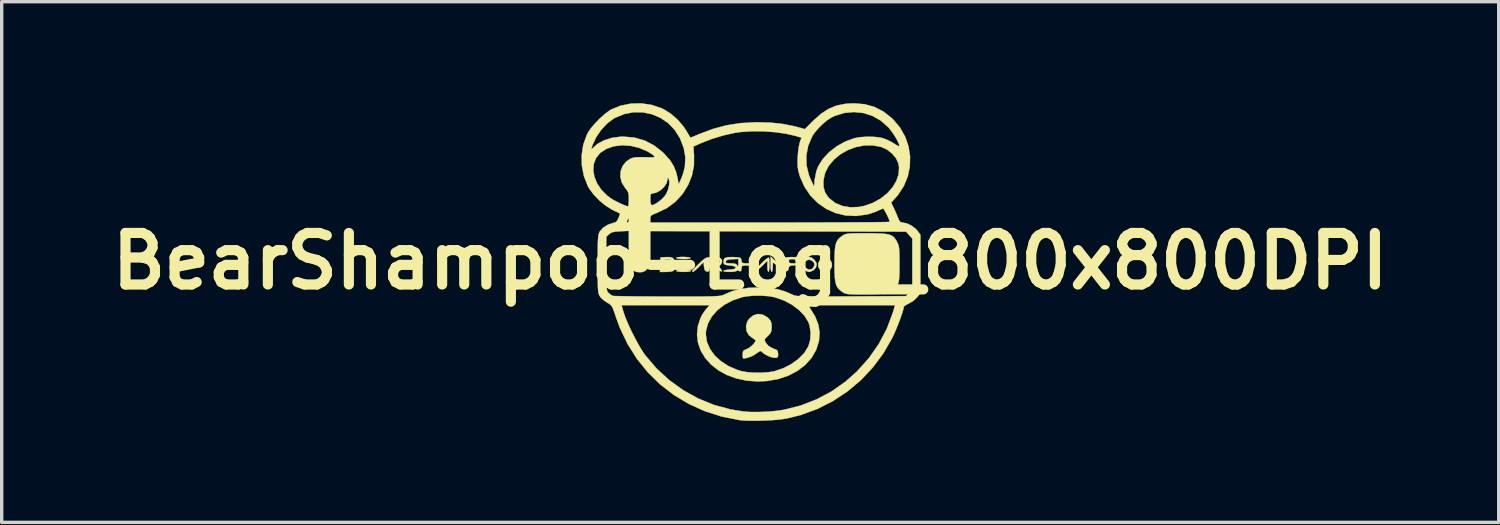
<source format=kicad_pcb>
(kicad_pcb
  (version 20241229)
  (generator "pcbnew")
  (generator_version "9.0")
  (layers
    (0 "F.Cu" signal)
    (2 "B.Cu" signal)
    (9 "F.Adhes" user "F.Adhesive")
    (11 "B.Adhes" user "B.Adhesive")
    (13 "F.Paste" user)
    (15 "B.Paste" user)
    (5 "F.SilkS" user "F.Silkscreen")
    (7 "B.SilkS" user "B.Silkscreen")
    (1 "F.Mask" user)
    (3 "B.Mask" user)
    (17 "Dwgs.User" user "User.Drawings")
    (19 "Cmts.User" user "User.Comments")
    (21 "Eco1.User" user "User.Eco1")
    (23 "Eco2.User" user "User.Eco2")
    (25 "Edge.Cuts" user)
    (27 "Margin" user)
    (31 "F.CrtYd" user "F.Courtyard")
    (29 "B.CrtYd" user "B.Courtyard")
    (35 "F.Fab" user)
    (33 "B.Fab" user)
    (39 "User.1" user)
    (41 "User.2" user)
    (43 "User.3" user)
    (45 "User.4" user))
  (footprint "BearShampoo-Logo_800x800DPI"
    (layer "F.Cu")
    (at 19.13 4.672)
    (property "Reference" "BearShampoo-Logo_800x800DPI" (at 0 0 0) (layer "F.SilkS") (effects (font (size 1.524 1.524) (thickness 0.3))))
    (attr through_hole)
    (fp_poly (pts (xy -1.878 -0.122) (xy -1.797 -0.11) (xy -1.762 -0.095) (xy -1.78 -0.078) (xy -1.856 -0.067) (xy -1.967 -0.064) (xy -2.081 -0.068) (xy -2.161 -0.079) (xy -2.191 -0.095) (xy -2.191 -0.095) (xy -2.162 -0.112) (xy -2.085 -0.123) (xy -1.986 -0.127) (xy -1.878 -0.122)) (stroke (width 0.01) (type solid)) (fill yes) (layer "F.SilkS"))
    (fp_poly (pts (xy -1.878 0.068) (xy -1.797 0.08) (xy -1.762 0.095) (xy -1.78 0.113) (xy -1.856 0.124) (xy -1.967 0.127) (xy -2.081 0.123) (xy -2.161 0.112) (xy -2.191 0.095) (xy -2.191 0.095) (xy -2.162 0.079) (xy -2.085 0.067) (xy -1.986 0.064) (xy -1.878 0.068)) (stroke (width 0.01) (type solid)) (fill yes) (layer "F.SilkS"))
    (fp_poly (pts (xy -1.854 0.258) (xy -1.776 0.269) (xy -1.746 0.286) (xy -1.746 0.286) (xy -1.776 0.302) (xy -1.854 0.313) (xy -1.968 0.317) (xy -1.968 0.318) (xy -2.083 0.313) (xy -2.161 0.302) (xy -2.191 0.286) (xy -2.191 0.286) (xy -2.161 0.269) (xy -2.083 0.258) (xy -1.969 0.254) (xy -1.968 0.254) (xy -1.854 0.258)) (stroke (width 0.01) (type solid)) (fill yes) (layer "F.SilkS"))
    (fp_poly (pts (xy 0.549 -0.107) (xy 0.563 -0.064) (xy 0.57 0.016) (xy 0.571 0.115) (xy 0.566 0.211) (xy 0.556 0.285) (xy 0.541 0.317) (xy 0.54 0.318) (xy 0.522 0.289) (xy 0.51 0.215) (xy 0.508 0.152) (xy 0.508 -0.014) (xy 0.337 0.155) (xy 0.254 0.232) (xy 0.188 0.282) (xy 0.151 0.297) (xy 0.148 0.294) (xy 0.16 0.261) (xy 0.208 0.199) (xy 0.278 0.121) (xy 0.359 0.039) (xy 0.439 -0.035) (xy 0.505 -0.088) (xy 0.545 -0.108) (xy 0.549 -0.107)) (stroke (width 0.01) (type solid)) (fill yes) (layer "F.SilkS"))
    (fp_poly (pts (xy 1.825 -0.1) (xy 1.902 -0.035) (xy 1.956 0.048) (xy 1.968 0.104) (xy 1.941 0.191) (xy 1.871 0.266) (xy 1.78 0.312) (xy 1.739 0.318) (xy 1.648 0.288) (xy 1.59 0.234) (xy 1.544 0.158) (xy 1.528 0.103) (xy 1.598 0.103) (xy 1.627 0.181) (xy 1.637 0.193) (xy 1.719 0.247) (xy 1.804 0.24) (xy 1.855 0.204) (xy 1.901 0.123) (xy 1.886 0.042) (xy 1.828 -0.017) (xy 1.743 -0.045) (xy 1.668 -0.024) (xy 1.615 0.03) (xy 1.598 0.103) (xy 1.528 0.103) (xy 1.524 0.091) (xy 1.524 0.09) (xy 1.55 0.017) (xy 1.613 -0.057) (xy 1.691 -0.112) (xy 1.746 -0.127) (xy 1.825 -0.1)) (stroke (width 0.01) (type solid)) (fill yes) (layer "F.SilkS"))
    (fp_poly (pts (xy 2.282 -0.097) (xy 2.368 -0.034) (xy 2.414 0.056) (xy 2.417 0.154) (xy 2.375 0.241) (xy 2.322 0.284) (xy 2.207 0.316) (xy 2.104 0.286) (xy 2.062 0.252) (xy 2.01 0.161) (xy 2.012 0.067) (xy 2.067 0.067) (xy 2.069 0.151) (xy 2.112 0.22) (xy 2.19 0.253) (xy 2.207 0.254) (xy 2.279 0.237) (xy 2.311 0.216) (xy 2.346 0.146) (xy 2.345 0.06) (xy 2.312 -0.012) (xy 2.288 -0.031) (xy 2.209 -0.061) (xy 2.15 -0.044) (xy 2.114 -0.014) (xy 2.067 0.067) (xy 2.012 0.067) (xy 2.012 0.058) (xy 2.063 -0.038) (xy 2.101 -0.073) (xy 2.17 -0.114) (xy 2.231 -0.115) (xy 2.282 -0.097)) (stroke (width 0.01) (type solid)) (fill yes) (layer "F.SilkS"))
    (fp_poly (pts (xy -2.368 -0.12) (xy -2.285 -0.093) (xy -2.242 -0.031) (xy -2.23 0.073) (xy -2.23 0.087) (xy -2.237 0.185) (xy -2.253 0.259) (xy -2.262 0.278) (xy -2.313 0.302) (xy -2.411 0.315) (xy -2.482 0.318) (xy -2.67 0.318) (xy -2.665 0.2) (xy -2.598 0.2) (xy -2.596 0.234) (xy -2.565 0.249) (xy -2.49 0.25) (xy -2.455 0.248) (xy -2.355 0.235) (xy -2.308 0.21) (xy -2.302 0.191) (xy -2.329 0.156) (xy -2.393 0.14) (xy -2.474 0.14) (xy -2.548 0.157) (xy -2.594 0.189) (xy -2.598 0.2) (xy -2.665 0.2) (xy -2.661 0.103) (xy -2.656 0.008) (xy -2.597 0.008) (xy -2.595 0.041) (xy -2.56 0.058) (xy -2.48 0.063) (xy -2.445 0.064) (xy -2.348 0.06) (xy -2.302 0.048) (xy -2.29 0.02) (xy -2.292 0.008) (xy -2.315 -0.028) (xy -2.374 -0.045) (xy -2.445 -0.048) (xy -2.539 -0.042) (xy -2.585 -0.019) (xy -2.597 0.008) (xy -2.656 0.008) (xy -2.651 -0.111) (xy -2.501 -0.121) (xy -2.368 -0.12)) (stroke (width 0.01) (type solid)) (fill yes) (layer "F.SilkS"))
    (fp_poly (pts (xy -0.975 -0.118) (xy -0.878 -0.088) (xy -0.834 -0.031) (xy -0.837 0.043) (xy -0.871 0.107) (xy -0.911 0.127) (xy -0.939 0.135) (xy -0.925 0.166) (xy -0.889 0.206) (xy -0.839 0.272) (xy -0.834 0.303) (xy -0.868 0.299) (xy -0.931 0.256) (xy -0.965 0.225) (xy -1.06 0.153) (xy -1.134 0.135) (xy -1.183 0.17) (xy -1.201 0.23) (xy -1.219 0.293) (xy -1.263 0.308) (xy -1.28 0.306) (xy -1.327 0.286) (xy -1.354 0.232) (xy -1.365 0.162) (xy -1.381 0.028) (xy -1.523 0.173) (xy -1.62 0.266) (xy -1.682 0.312) (xy -1.711 0.31) (xy -1.714 0.293) (xy -1.693 0.261) (xy -1.636 0.197) (xy -1.554 0.113) (xy -1.516 0.076) (xy -1.444 0.008) (xy -1.2 0.008) (xy -1.198 0.041) (xy -1.163 0.058) (xy -1.083 0.063) (xy -1.048 0.064) (xy -0.951 0.06) (xy -0.905 0.048) (xy -0.893 0.02) (xy -0.895 0.008) (xy -0.918 -0.028) (xy -0.977 -0.045) (xy -1.048 -0.048) (xy -1.142 -0.042) (xy -1.188 -0.019) (xy -1.2 0.008) (xy -1.444 0.008) (xy -1.418 -0.016) (xy -1.348 -0.073) (xy -1.287 -0.104) (xy -1.217 -0.118) (xy -1.127 -0.123) (xy -0.975 -0.118)) (stroke (width 0.01) (type solid)) (fill yes) (layer "F.SilkS"))
    (fp_poly (pts (xy 0.372 1.58) (xy 0.507 1.658) (xy 0.54 1.688) (xy 0.6 1.759) (xy 0.628 1.832) (xy 0.635 1.938) (xy 0.635 1.943) (xy 0.629 2.047) (xy 0.604 2.119) (xy 0.546 2.187) (xy 0.523 2.21) (xy 0.456 2.275) (xy 0.43 2.319) (xy 0.437 2.364) (xy 0.461 2.413) (xy 0.539 2.505) (xy 0.671 2.58) (xy 0.77 2.616) (xy 0.812 2.654) (xy 0.825 2.741) (xy 0.826 2.745) (xy 0.82 2.82) (xy 0.794 2.851) (xy 0.73 2.857) (xy 0.729 2.857) (xy 0.624 2.839) (xy 0.504 2.791) (xy 0.399 2.728) (xy 0.351 2.685) (xy 0.319 2.657) (xy 0.281 2.662) (xy 0.218 2.704) (xy 0.204 2.714) (xy 0.088 2.791) (xy -0.038 2.843) (xy -0.135 2.869) (xy -0.191 2.879) (xy -0.216 2.86) (xy -0.222 2.797) (xy -0.222 2.765) (xy -0.217 2.682) (xy -0.189 2.637) (xy -0.121 2.607) (xy -0.112 2.604) (xy -0.032 2.562) (xy 0.052 2.497) (xy 0.12 2.424) (xy 0.157 2.361) (xy 0.159 2.348) (xy 0.133 2.315) (xy 0.072 2.274) (xy 0.064 2.27) (xy -0.045 2.182) (xy -0.109 2.062) (xy -0.124 1.927) (xy -0.089 1.791) (xy -0.03 1.702) (xy 0.093 1.602) (xy 0.231 1.561) (xy 0.372 1.58)) (stroke (width 0.01) (type solid)) (fill yes) (layer "F.SilkS"))
    (fp_poly (pts (xy 3.685 -0.824) (xy 3.873 -0.818) (xy 4.016 -0.805) (xy 4.122 -0.782) (xy 4.2 -0.747) (xy 4.259 -0.698) (xy 4.307 -0.631) (xy 4.341 -0.571) (xy 4.368 -0.515) (xy 4.388 -0.458) (xy 4.401 -0.389) (xy 4.408 -0.296) (xy 4.412 -0.166) (xy 4.413 0.011) (xy 4.413 0.079) (xy 4.413 0.274) (xy 4.41 0.418) (xy 4.403 0.521) (xy 4.392 0.597) (xy 4.375 0.656) (xy 4.351 0.711) (xy 4.341 0.73) (xy 4.294 0.81) (xy 4.243 0.872) (xy 4.18 0.917) (xy 4.095 0.948) (xy 3.98 0.968) (xy 3.825 0.979) (xy 3.622 0.984) (xy 3.442 0.984) (xy 3.23 0.984) (xy 3.072 0.982) (xy 2.957 0.978) (xy 2.876 0.97) (xy 2.819 0.958) (xy 2.775 0.941) (xy 2.736 0.917) (xy 2.729 0.913) (xy 2.649 0.853) (xy 2.589 0.791) (xy 2.547 0.715) (xy 2.519 0.617) (xy 2.502 0.485) (xy 2.494 0.31) (xy 2.492 0.082) (xy 2.492 0.079) (xy 2.494 -0.149) (xy 2.502 -0.325) (xy 2.519 -0.457) (xy 2.546 -0.556) (xy 2.589 -0.631) (xy 2.648 -0.694) (xy 2.728 -0.753) (xy 2.729 -0.754) (xy 2.769 -0.779) (xy 2.811 -0.797) (xy 2.866 -0.81) (xy 2.943 -0.818) (xy 3.051 -0.823) (xy 3.202 -0.825) (xy 3.405 -0.825) (xy 3.442 -0.826) (xy 3.685 -0.824)) (stroke (width 0.01) (type solid)) (fill yes) (layer "F.SilkS"))
    (fp_poly (pts (xy 0.692 -0.054) (xy 0.768 0.01) (xy 0.824 0.026) (xy 0.872 -0.002) (xy 1.143 -0.002) (xy 1.152 0.039) (xy 1.188 0.058) (xy 1.27 0.063) (xy 1.288 0.064) (xy 1.378 0.06) (xy 1.418 0.044) (xy 1.423 0.011) (xy 1.423 0.008) (xy 1.394 -0.032) (xy 1.32 -0.053) (xy 1.278 -0.057) (xy 1.192 -0.06) (xy 1.153 -0.045) (xy 1.143 -0.008) (xy 1.143 -0.002) (xy 0.872 -0.002) (xy 0.879 -0.006) (xy 0.914 -0.041) (xy 0.964 -0.082) (xy 1.031 -0.106) (xy 1.133 -0.118) (xy 1.2 -0.122) (xy 1.345 -0.12) (xy 1.436 -0.097) (xy 1.482 -0.05) (xy 1.488 0.027) (xy 1.487 0.038) (xy 1.473 0.082) (xy 1.436 0.106) (xy 1.358 0.117) (xy 1.312 0.121) (xy 1.215 0.129) (xy 1.164 0.146) (xy 1.143 0.181) (xy 1.137 0.215) (xy 1.116 0.279) (xy 1.062 0.3) (xy 1.048 0.3) (xy 0.997 0.293) (xy 0.97 0.259) (xy 0.955 0.181) (xy 0.953 0.161) (xy 0.941 0.078) (xy 0.926 0.049) (xy 0.902 0.063) (xy 0.893 0.074) (xy 0.835 0.121) (xy 0.774 0.111) (xy 0.725 0.074) (xy 0.69 0.047) (xy 0.673 0.055) (xy 0.667 0.11) (xy 0.667 0.17) (xy 0.661 0.257) (xy 0.645 0.31) (xy 0.635 0.318) (xy 0.619 0.288) (xy 0.608 0.209) (xy 0.603 0.094) (xy 0.603 0.089) (xy 0.603 -0.139) (xy 0.692 -0.054)) (stroke (width 0.01) (type solid)) (fill yes) (layer "F.SilkS"))
    (fp_poly (pts (xy -0.494 -0.121) (xy -0.377 -0.114) (xy -0.309 -0.103) (xy -0.276 -0.083) (xy -0.263 -0.047) (xy -0.26 -0.023) (xy -0.248 0.031) (xy -0.216 0.056) (xy -0.145 0.063) (xy -0.109 0.064) (xy -0.022 0.06) (xy 0.019 0.043) (xy 0.031 0.004) (xy 0.032 -0.014) (xy 0.043 -0.081) (xy 0.064 -0.111) (xy 0.081 -0.093) (xy 0.092 -0.018) (xy 0.095 0.093) (xy 0.091 0.208) (xy 0.08 0.287) (xy 0.064 0.317) (xy 0.064 0.318) (xy 0.041 0.29) (xy 0.032 0.223) (xy 0.032 0.222) (xy 0.028 0.164) (xy 0.004 0.136) (xy -0.057 0.128) (xy -0.111 0.127) (xy -0.2 0.131) (xy -0.241 0.147) (xy -0.254 0.185) (xy -0.254 0.201) (xy -0.266 0.279) (xy -0.301 0.302) (xy -0.336 0.284) (xy -0.379 0.269) (xy -0.396 0.284) (xy -0.435 0.302) (xy -0.512 0.313) (xy -0.607 0.317) (xy -0.699 0.314) (xy -0.768 0.304) (xy -0.794 0.287) (xy -0.765 0.27) (xy -0.69 0.255) (xy -0.611 0.248) (xy -0.501 0.237) (xy -0.444 0.219) (xy -0.429 0.191) (xy -0.449 0.159) (xy -0.517 0.138) (xy -0.603 0.127) (xy -0.705 0.114) (xy -0.76 0.095) (xy -0.783 0.062) (xy -0.788 0.038) (xy -0.787 0.008) (xy -0.724 0.008) (xy -0.721 0.041) (xy -0.686 0.058) (xy -0.606 0.063) (xy -0.573 0.064) (xy -0.462 0.071) (xy -0.404 0.094) (xy -0.392 0.111) (xy -0.369 0.155) (xy -0.354 0.137) (xy -0.349 0.056) (xy -0.349 0.046) (xy -0.349 -0.067) (xy -0.532 -0.057) (xy -0.64 -0.047) (xy -0.699 -0.029) (xy -0.723 0.003) (xy -0.724 0.008) (xy -0.787 0.008) (xy -0.786 -0.042) (xy -0.747 -0.093) (xy -0.663 -0.118) (xy -0.527 -0.122) (xy -0.494 -0.121)) (stroke (width 0.01) (type solid)) (fill yes) (layer "F.SilkS"))
    (fp_poly (pts (xy 3.383 -4.641) (xy 3.672 -4.561) (xy 3.938 -4.425) (xy 4.186 -4.229) (xy 4.226 -4.191) (xy 4.43 -3.949) (xy 4.582 -3.68) (xy 4.681 -3.393) (xy 4.727 -3.095) (xy 4.719 -2.795) (xy 4.657 -2.5) (xy 4.541 -2.219) (xy 4.37 -1.96) (xy 4.308 -1.887) (xy 4.166 -1.73) (xy 4.238 -1.587) (xy 4.295 -1.464) (xy 4.351 -1.33) (xy 4.365 -1.294) (xy 4.405 -1.202) (xy 4.444 -1.156) (xy 4.495 -1.143) (xy 4.505 -1.142) (xy 4.636 -1.116) (xy 4.774 -1.049) (xy 4.896 -0.953) (xy 4.941 -0.903) (xy 5.032 -0.783) (xy 5.032 0.942) (xy 4.94 1.063) (xy 4.826 1.172) (xy 4.694 1.25) (xy 4.607 1.293) (xy 4.551 1.334) (xy 4.54 1.354) (xy 4.528 1.42) (xy 4.495 1.531) (xy 4.447 1.672) (xy 4.388 1.831) (xy 4.323 1.993) (xy 4.258 2.145) (xy 4.199 2.27) (xy 3.936 2.726) (xy 3.625 3.143) (xy 3.269 3.52) (xy 2.874 3.852) (xy 2.443 4.137) (xy 1.982 4.37) (xy 1.494 4.548) (xy 1.074 4.652) (xy 0.911 4.676) (xy 0.706 4.696) (xy 0.476 4.709) (xy 0.24 4.717) (xy 0.015 4.718) (xy -0.181 4.711) (xy -0.315 4.698) (xy -0.842 4.594) (xy -1.344 4.433) (xy -1.817 4.219) (xy -2.257 3.955) (xy -2.662 3.643) (xy -3.027 3.285) (xy -3.349 2.886) (xy -3.625 2.448) (xy -3.852 1.973) (xy -3.965 1.667) (xy -4.016 1.513) (xy -4.055 1.407) (xy -4.089 1.338) (xy -4.117 1.302) (xy -3.804 1.302) (xy -3.742 1.516) (xy -3.685 1.678) (xy -3.601 1.876) (xy -3.499 2.093) (xy -3.387 2.312) (xy -3.274 2.517) (xy -3.167 2.691) (xy -3.106 2.778) (xy -2.77 3.171) (xy -2.394 3.517) (xy -1.981 3.814) (xy -1.537 4.06) (xy -1.067 4.251) (xy -0.574 4.384) (xy -0.196 4.444) (xy 0.016 4.459) (xy 0.267 4.459) (xy 0.532 4.448) (xy 0.787 4.424) (xy 0.998 4.393) (xy 1.496 4.267) (xy 1.97 4.083) (xy 2.417 3.843) (xy 2.831 3.55) (xy 3.16 3.256) (xy 3.51 2.865) (xy 3.802 2.447) (xy 4.038 1.999) (xy 4.217 1.524) (xy 4.234 1.468) (xy 4.283 1.302) (xy 1.707 1.302) (xy 1.758 1.373) (xy 1.916 1.627) (xy 2.014 1.872) (xy 2.052 2.113) (xy 2.034 2.354) (xy 2.033 2.359) (xy 1.951 2.621) (xy 1.814 2.858) (xy 1.628 3.066) (xy 1.399 3.242) (xy 1.131 3.383) (xy 0.83 3.484) (xy 0.501 3.542) (xy 0.238 3.556) (xy -0.098 3.533) (xy -0.41 3.467) (xy -0.693 3.363) (xy -0.943 3.225) (xy -1.157 3.056) (xy -1.331 2.862) (xy -1.461 2.647) (xy -1.543 2.414) (xy -1.572 2.17) (xy -1.571 2.159) (xy -1.312 2.159) (xy -1.282 2.38) (xy -1.193 2.59) (xy -1.052 2.785) (xy -0.865 2.958) (xy -0.637 3.104) (xy -0.374 3.216) (xy -0.254 3.252) (xy -0.089 3.281) (xy 0.113 3.296) (xy 0.329 3.297) (xy 0.534 3.284) (xy 0.704 3.257) (xy 0.716 3.254) (xy 0.979 3.164) (xy 1.221 3.039) (xy 1.432 2.885) (xy 1.601 2.711) (xy 1.717 2.523) (xy 1.72 2.518) (xy 1.775 2.325) (xy 1.787 2.111) (xy 1.756 1.904) (xy 1.72 1.8) (xy 1.605 1.613) (xy 1.437 1.438) (xy 1.228 1.283) (xy 0.986 1.157) (xy 0.724 1.066) (xy 0.716 1.064) (xy 0.535 1.033) (xy 0.319 1.019) (xy 0.093 1.021) (xy -0.115 1.04) (xy -0.239 1.064) (xy -0.519 1.159) (xy -0.765 1.29) (xy -0.972 1.45) (xy -1.135 1.636) (xy -1.248 1.84) (xy -1.306 2.057) (xy -1.312 2.159) (xy -1.571 2.159) (xy -1.546 1.916) (xy -1.466 1.672) (xy -1.405 1.56) (xy -1.327 1.448) (xy -1.303 1.419) (xy -1.2 1.302) (xy -3.804 1.302) (xy -4.117 1.302) (xy -4.125 1.292) (xy -4.17 1.259) (xy -4.225 1.228) (xy -4.326 1.161) (xy -4.414 1.079) (xy -4.437 1.049) (xy -4.458 1.015) (xy -4.475 0.98) (xy -4.487 0.935) (xy -4.496 0.873) (xy -4.502 0.785) (xy -4.506 0.664) (xy -4.508 0.501) (xy -4.508 0.289) (xy -4.508 0.083) (xy -4.508 -0.176) (xy -4.507 -0.379) (xy -4.504 -0.535) (xy -4.499 -0.65) (xy -4.494 -0.719) (xy -4.255 -0.719) (xy -4.255 0.079) (xy -4.254 0.325) (xy -4.253 0.515) (xy -4.251 0.657) (xy -4.247 0.76) (xy -4.24 0.83) (xy -4.229 0.877) (xy -4.215 0.908) (xy -4.196 0.931) (xy -4.183 0.943) (xy -4.116 0.996) (xy -4.064 1.025) (xy -4.024 1.029) (xy -3.926 1.032) (xy -3.778 1.035) (xy -3.585 1.038) (xy -3.353 1.041) (xy -3.09 1.043) (xy -2.801 1.044) (xy -2.493 1.045) (xy -2.451 1.045) (xy -2.095 1.046) (xy -1.796 1.046) (xy -1.549 1.045) (xy -1.349 1.044) (xy -1.19 1.041) (xy -1.066 1.037) (xy -0.972 1.032) (xy -0.902 1.026) (xy -0.851 1.017) (xy -0.812 1.006) (xy -0.781 0.994) (xy -0.768 0.987) (xy -0.542 0.889) (xy -0.306 0.824) (xy -0.044 0.788) (xy 0.238 0.778) (xy 0.54 0.79) (xy 0.799 0.827) (xy 1.033 0.895) (xy 1.246 0.988) (xy 1.275 1.002) (xy 1.309 1.013) (xy 1.352 1.023) (xy 1.41 1.03) (xy 1.488 1.036) (xy 1.593 1.04) (xy 1.729 1.043) (xy 1.902 1.044) (xy 2.118 1.044) (xy 2.382 1.044) (xy 2.7 1.042) (xy 2.988 1.041) (xy 4.609 1.032) (xy 4.702 0.928) (xy 4.794 0.824) (xy 4.794 0.079) (xy 4.794 -0.666) (xy 4.609 -0.873) (xy -2.953 -0.89) (xy -2.953 0.126) (xy -3.042 0.226) (xy -3.115 0.293) (xy -3.192 0.322) (xy -3.27 0.326) (xy -3.371 0.317) (xy -3.444 0.28) (xy -3.498 0.226) (xy -3.588 0.126) (xy -3.588 -0.896) (xy -3.839 -0.884) (xy -3.974 -0.875) (xy -4.063 -0.86) (xy -4.124 -0.834) (xy -4.173 -0.796) (xy -4.255 -0.719) (xy -4.494 -0.719) (xy -4.492 -0.733) (xy -4.482 -0.793) (xy -4.469 -0.836) (xy -4.452 -0.871) (xy -4.448 -0.876) (xy -4.345 -0.992) (xy -4.202 -1.081) (xy -4.06 -1.127) (xy -3.981 -1.151) (xy -3.958 -1.173) (xy -3.649 -1.173) (xy -3.63 -1.144) (xy -3.619 -1.143) (xy -3.595 -1.17) (xy -3.588 -1.214) (xy -3.592 -1.25) (xy -2.953 -1.25) (xy -2.953 -1.143) (xy 0.587 -1.143) (xy 1.056 -1.143) (xy 1.506 -1.144) (xy 1.934 -1.145) (xy 2.336 -1.146) (xy 2.708 -1.147) (xy 3.045 -1.149) (xy 3.344 -1.15) (xy 3.601 -1.152) (xy 3.812 -1.155) (xy 3.972 -1.157) (xy 4.078 -1.16) (xy 4.125 -1.162) (xy 4.128 -1.163) (xy 4.114 -1.21) (xy 4.081 -1.289) (xy 4.037 -1.382) (xy 3.991 -1.469) (xy 3.953 -1.533) (xy 3.931 -1.556) (xy 3.888 -1.542) (xy 3.811 -1.509) (xy 3.778 -1.492) (xy 3.677 -1.45) (xy 3.547 -1.406) (xy 3.454 -1.381) (xy 3.133 -1.337) (xy 2.821 -1.351) (xy 2.524 -1.423) (xy 2.248 -1.547) (xy 1.998 -1.72) (xy 1.782 -1.938) (xy 1.605 -2.199) (xy 1.473 -2.497) (xy 1.456 -2.55) (xy 1.422 -2.676) (xy 1.404 -2.794) (xy 1.4 -2.93) (xy 1.404 -3.074) (xy 1.408 -3.123) (xy 1.659 -3.123) (xy 1.666 -2.833) (xy 1.736 -2.545) (xy 1.803 -2.385) (xy 1.889 -2.207) (xy 1.904 -2.379) (xy 2.165 -2.379) (xy 2.169 -2.186) (xy 2.216 -2.029) (xy 2.311 -1.888) (xy 2.34 -1.857) (xy 2.514 -1.722) (xy 2.725 -1.633) (xy 2.962 -1.593) (xy 3.216 -1.603) (xy 3.375 -1.635) (xy 3.627 -1.724) (xy 3.853 -1.849) (xy 4.048 -2.003) (xy 4.206 -2.179) (xy 4.321 -2.371) (xy 4.388 -2.57) (xy 4.402 -2.771) (xy 4.381 -2.891) (xy 4.312 -3.042) (xy 4.194 -3.183) (xy 4.046 -3.3) (xy 3.881 -3.376) (xy 3.876 -3.378) (xy 3.625 -3.424) (xy 3.37 -3.421) (xy 3.12 -3.372) (xy 2.882 -3.284) (xy 2.665 -3.159) (xy 2.477 -3.004) (xy 2.325 -2.823) (xy 2.219 -2.621) (xy 2.167 -2.403) (xy 2.165 -2.379) (xy 1.904 -2.379) (xy 1.907 -2.417) (xy 1.958 -2.668) (xy 2.016 -2.814) (xy 2.151 -3.027) (xy 2.337 -3.225) (xy 2.562 -3.399) (xy 2.813 -3.539) (xy 3.078 -3.635) (xy 3.08 -3.636) (xy 3.252 -3.667) (xy 3.454 -3.68) (xy 3.66 -3.676) (xy 3.844 -3.655) (xy 3.929 -3.635) (xy 4.05 -3.588) (xy 4.183 -3.521) (xy 4.252 -3.478) (xy 4.336 -3.427) (xy 4.394 -3.399) (xy 4.413 -3.401) (xy 4.394 -3.475) (xy 4.344 -3.581) (xy 4.272 -3.705) (xy 4.187 -3.831) (xy 4.099 -3.942) (xy 4.079 -3.964) (xy 3.859 -4.157) (xy 3.611 -4.297) (xy 3.343 -4.382) (xy 3.062 -4.41) (xy 2.778 -4.382) (xy 2.498 -4.294) (xy 2.406 -4.251) (xy 2.273 -4.165) (xy 2.127 -4.042) (xy 1.989 -3.901) (xy 1.876 -3.76) (xy 1.832 -3.689) (xy 1.714 -3.41) (xy 1.659 -3.123) (xy 1.408 -3.123) (xy 1.416 -3.225) (xy 1.435 -3.369) (xy 1.457 -3.482) (xy 1.468 -3.516) (xy 1.516 -3.651) (xy 1.354 -3.7) (xy 1.068 -3.767) (xy 0.743 -3.814) (xy 0.397 -3.839) (xy 0.052 -3.841) (xy -0.274 -3.82) (xy -0.454 -3.794) (xy -0.784 -3.721) (xy -1.126 -3.618) (xy -1.444 -3.495) (xy -1.467 -3.485) (xy -1.68 -3.39) (xy -1.661 -3.142) (xy -1.663 -2.83) (xy -1.722 -2.536) (xy -1.827 -2.27) (xy -1.995 -1.993) (xy -2.21 -1.758) (xy -2.467 -1.567) (xy -2.761 -1.427) (xy -2.765 -1.425) (xy -2.867 -1.386) (xy -2.924 -1.353) (xy -2.948 -1.315) (xy -2.953 -1.258) (xy -2.953 -1.25) (xy -3.592 -1.25) (xy -3.593 -1.261) (xy -3.612 -1.249) (xy -3.619 -1.238) (xy -3.649 -1.173) (xy -3.958 -1.173) (xy -3.931 -1.198) (xy -3.893 -1.278) (xy -3.864 -1.357) (xy -3.85 -1.405) (xy -3.85 -1.411) (xy -3.88 -1.425) (xy -3.953 -1.46) (xy -4.054 -1.509) (xy -4.08 -1.522) (xy -4.27 -1.639) (xy -4.459 -1.794) (xy -4.63 -1.972) (xy -4.764 -2.155) (xy -4.804 -2.227) (xy -4.918 -2.52) (xy -4.95 -2.689) (xy -4.64 -2.689) (xy -4.606 -2.493) (xy -4.526 -2.298) (xy -4.401 -2.112) (xy -4.233 -1.942) (xy -4.131 -1.865) (xy -4.042 -1.81) (xy -3.928 -1.75) (xy -3.81 -1.693) (xy -3.704 -1.648) (xy -3.628 -1.622) (xy -3.612 -1.62) (xy -3.6 -1.649) (xy -3.591 -1.724) (xy -3.588 -1.826) (xy -2.953 -1.826) (xy -2.948 -1.721) (xy -2.928 -1.666) (xy -2.883 -1.657) (xy -2.805 -1.694) (xy -2.711 -1.754) (xy -2.61 -1.836) (xy -2.521 -1.933) (xy -2.486 -1.984) (xy -2.43 -2.113) (xy -2.396 -2.245) (xy -2.39 -2.361) (xy -2.409 -2.434) (xy -2.434 -2.471) (xy -2.443 -2.451) (xy -2.444 -2.417) (xy -2.474 -2.303) (xy -2.55 -2.191) (xy -2.658 -2.093) (xy -2.781 -2.025) (xy -2.897 -2.001) (xy -2.93 -1.99) (xy -2.947 -1.949) (xy -2.952 -1.863) (xy -2.953 -1.826) (xy -3.588 -1.826) (xy -3.588 -1.829) (xy -3.591 -1.947) (xy -3.605 -2.026) (xy -3.639 -2.092) (xy -3.698 -2.167) (xy -3.795 -2.322) (xy -3.838 -2.489) (xy -3.83 -2.657) (xy -3.773 -2.812) (xy -3.669 -2.944) (xy -3.541 -3.03) (xy -3.467 -3.057) (xy -3.375 -3.072) (xy -3.25 -3.076) (xy -3.112 -3.074) (xy -2.97 -3.07) (xy -2.882 -3.071) (xy -2.838 -3.078) (xy -2.829 -3.092) (xy -2.844 -3.115) (xy -2.898 -3.159) (xy -2.985 -3.215) (xy -3.041 -3.247) (xy -3.286 -3.352) (xy -3.541 -3.412) (xy -3.793 -3.427) (xy -4.033 -3.397) (xy -4.248 -3.323) (xy -4.429 -3.205) (xy -4.44 -3.195) (xy -4.559 -3.048) (xy -4.624 -2.876) (xy -4.64 -2.689) (xy -4.95 -2.689) (xy -4.977 -2.828) (xy -4.982 -3.141) (xy -4.955 -3.313) (xy -4.695 -3.313) (xy -4.682 -3.315) (xy -4.663 -3.337) (xy -4.512 -3.47) (xy -4.315 -3.575) (xy -4.085 -3.647) (xy -3.832 -3.681) (xy -3.75 -3.683) (xy -3.422 -3.654) (xy -3.119 -3.567) (xy -2.84 -3.422) (xy -2.581 -3.217) (xy -2.54 -3.176) (xy -2.376 -2.992) (xy -2.261 -2.812) (xy -2.185 -2.617) (xy -2.151 -2.471) (xy -2.114 -2.274) (xy -2.039 -2.439) (xy -1.991 -2.567) (xy -1.949 -2.716) (xy -1.93 -2.807) (xy -1.917 -3.072) (xy -1.964 -3.344) (xy -2.072 -3.626) (xy -2.078 -3.638) (xy -2.232 -3.882) (xy -2.425 -4.083) (xy -2.652 -4.237) (xy -2.902 -4.344) (xy -3.169 -4.4) (xy -3.444 -4.404) (xy -3.719 -4.352) (xy -3.987 -4.243) (xy -4.039 -4.214) (xy -4.228 -4.073) (xy -4.403 -3.886) (xy -4.551 -3.67) (xy -4.658 -3.444) (xy -4.683 -3.365) (xy -4.695 -3.313) (xy -4.955 -3.313) (xy -4.934 -3.447) (xy -4.831 -3.733) (xy -4.802 -3.792) (xy -4.717 -3.92) (xy -4.594 -4.067) (xy -4.45 -4.215) (xy -4.301 -4.349) (xy -4.163 -4.452) (xy -4.109 -4.484) (xy -3.831 -4.598) (xy -3.53 -4.658) (xy -3.219 -4.666) (xy -2.911 -4.62) (xy -2.618 -4.521) (xy -2.551 -4.489) (xy -2.345 -4.358) (xy -2.146 -4.184) (xy -1.974 -3.985) (xy -1.893 -3.862) (xy -1.834 -3.762) (xy -1.789 -3.688) (xy -1.766 -3.653) (xy -1.765 -3.651) (xy -1.736 -3.663) (xy -1.661 -3.693) (xy -1.556 -3.738) (xy -1.502 -3.76) (xy -1.096 -3.912) (xy -0.701 -4.017) (xy -0.297 -4.081) (xy 0.138 -4.106) (xy 0.238 -4.107) (xy 0.619 -4.095) (xy 0.964 -4.058) (xy 1.294 -3.992) (xy 1.451 -3.951) (xy 1.616 -3.904) (xy 1.864 -4.152) (xy 2.093 -4.357) (xy 2.321 -4.505) (xy 2.559 -4.603) (xy 2.82 -4.654) (xy 3.063 -4.667) (xy 3.383 -4.641)) (stroke (width 0.01) (type solid)) (fill yes) (layer "F.SilkS")))
  (gr_rect
    (start -3 -3)
    (end 41.26 12.394)
    (stroke (width 0.1) (type default))
    (fill no)
    (layer "Edge.Cuts")))
</source>
